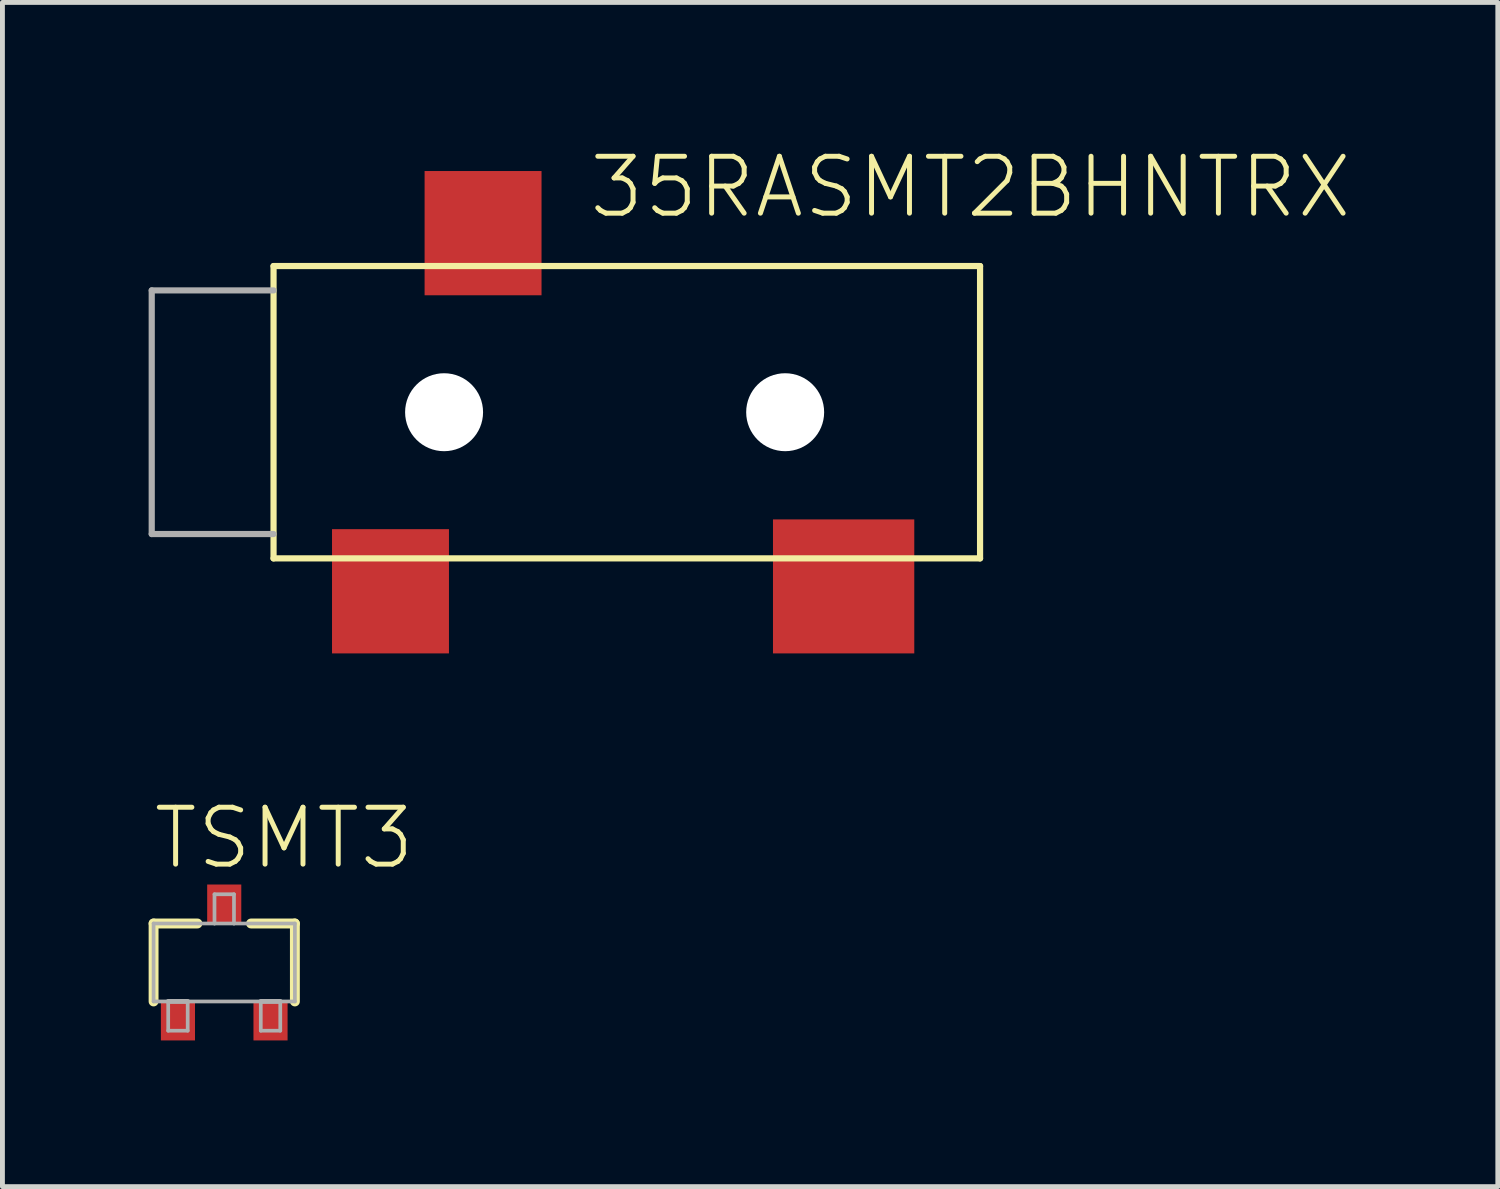
<source format=kicad_pcb>
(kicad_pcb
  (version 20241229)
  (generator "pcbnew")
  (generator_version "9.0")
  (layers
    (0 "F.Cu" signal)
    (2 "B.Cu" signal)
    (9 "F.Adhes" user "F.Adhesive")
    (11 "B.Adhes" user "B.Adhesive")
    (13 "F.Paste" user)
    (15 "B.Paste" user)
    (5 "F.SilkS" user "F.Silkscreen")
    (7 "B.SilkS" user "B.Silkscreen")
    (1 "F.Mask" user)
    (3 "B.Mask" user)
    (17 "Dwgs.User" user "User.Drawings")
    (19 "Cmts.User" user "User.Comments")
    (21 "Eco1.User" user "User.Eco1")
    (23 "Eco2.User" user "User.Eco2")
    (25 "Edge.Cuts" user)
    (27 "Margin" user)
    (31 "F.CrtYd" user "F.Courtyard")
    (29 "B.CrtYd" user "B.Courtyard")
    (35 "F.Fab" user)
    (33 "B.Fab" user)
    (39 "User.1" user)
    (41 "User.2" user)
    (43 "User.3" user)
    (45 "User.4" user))
  (footprint "TSMT3"
    (layer "F.Cu")
    (at 1.552 16.703)
    (property "Reference" "TSMT3" (at -1.51 -1.87 0) (unlocked yes) (layer "F.SilkS") (effects (font (size 1.168 1.168) (thickness 0.102)) (justify left bottom)))
    (fp_line (start -1.45 -0.8) (end -0.55 -0.8) (stroke (width 0.203) (type solid)) (layer "F.SilkS"))
    (fp_line (start -1.45 0.8) (end -1.45 -0.8) (stroke (width 0.203) (type solid)) (layer "F.SilkS"))
    (fp_line (start 1.45 -0.8) (end 0.55 -0.8) (stroke (width 0.203) (type solid)) (layer "F.SilkS"))
    (fp_line (start 1.45 0.8) (end 1.45 -0.8) (stroke (width 0.203) (type solid)) (layer "F.SilkS"))
    (fp_line (start -1.45 -0.8) (end -1.45 0.8) (stroke (width 0.076) (type solid)) (layer "F.Fab"))
    (fp_line (start -1.45 -0.8) (end -0.2 -0.8) (stroke (width 0.076) (type solid)) (layer "F.Fab"))
    (fp_line (start -1.45 0.8) (end 1.45 0.8) (stroke (width 0.076) (type solid)) (layer "F.Fab"))
    (fp_line (start -1.15 0.8) (end -1.15 1.4) (stroke (width 0.076) (type solid)) (layer "F.Fab"))
    (fp_line (start -1.15 0.8) (end -0.75 0.8) (stroke (width 0.1) (type solid)) (layer "F.Fab"))
    (fp_line (start -1.15 1.4) (end -0.75 1.4) (stroke (width 0.076) (type solid)) (layer "F.Fab"))
    (fp_line (start -0.75 0.8) (end -0.75 1.4) (stroke (width 0.076) (type solid)) (layer "F.Fab"))
    (fp_line (start -0.2 -1.4) (end -0.2 -0.8) (stroke (width 0.076) (type solid)) (layer "F.Fab"))
    (fp_line (start -0.2 -1.4) (end 0.2 -1.4) (stroke (width 0.076) (type solid)) (layer "F.Fab"))
    (fp_line (start -0.2 -0.8) (end 0.2 -0.8) (stroke (width 0.076) (type solid)) (layer "F.Fab"))
    (fp_line (start 0.2 -1.4) (end 0.2 -0.8) (stroke (width 0.076) (type solid)) (layer "F.Fab"))
    (fp_line (start 0.2 -0.8) (end 1.45 -0.8) (stroke (width 0.076) (type solid)) (layer "F.Fab"))
    (fp_line (start 0.75 0.8) (end 0.75 1.4) (stroke (width 0.076) (type solid)) (layer "F.Fab"))
    (fp_line (start 0.75 0.8) (end 1.15 0.8) (stroke (width 0.1) (type solid)) (layer "F.Fab"))
    (fp_line (start 0.75 1.4) (end 1.15 1.4) (stroke (width 0.076) (type solid)) (layer "F.Fab"))
    (fp_line (start 1.15 0.8) (end 1.15 1.4) (stroke (width 0.076) (type solid)) (layer "F.Fab"))
    (fp_line (start 1.45 -0.8) (end 1.45 0.8) (stroke (width 0.076) (type solid)) (layer "F.Fab"))
    (pad "P$1" smd rect (at -0.95 1.2) (size 0.7 0.8) (layers "F.Cu" "F.Mask" "F.Paste"))
    (pad "P$2" smd rect (at 0.95 1.2) (size 0.7 0.8) (layers "F.Cu" "F.Mask" "F.Paste"))
    (pad "P$3" smd rect (at 0 -1.2) (size 0.7 0.8) (layers "F.Cu" "F.Mask" "F.Paste")))
  (footprint "35RASMT2BHNTRX"
    (layer "F.Cu")
    (at 6.064 5.41)
    (property "Reference" "35RASMT2BHNTRX" (at 2.921 -3.937 0) (unlocked yes) (layer "F.SilkS") (effects (font (size 1.168 1.168) (thickness 0.102)) (justify left bottom)))
    (fp_line (start -3.5 -3) (end -3.5 3) (stroke (width 0.127) (type solid)) (layer "F.SilkS"))
    (fp_line (start -3.5 -3) (end 11 -3) (stroke (width 0.127) (type solid)) (layer "F.SilkS"))
    (fp_line (start 11 -3) (end 11 3) (stroke (width 0.127) (type solid)) (layer "F.SilkS"))
    (fp_line (start 11 3) (end -3.5 3) (stroke (width 0.127) (type solid)) (layer "F.SilkS"))
    (fp_line (start -6 -2.5) (end -6 2.5) (stroke (width 0.127) (type solid)) (layer "F.Fab"))
    (fp_line (start -6 2.5) (end -3.5 2.5) (stroke (width 0.127) (type solid)) (layer "F.Fab"))
    (fp_line (start -3.5 -2.5) (end -6 -2.5) (stroke (width 0.127) (type solid)) (layer "F.Fab"))
    (pad "" np_thru_hole circle (at 0 0) (size 1.6 1.6) (drill 1.6) (layers "*.Cu" "*.Mask"))
    (pad "" np_thru_hole circle (at 7 0) (size 1.6 1.6) (drill 1.6) (layers "*.Cu" "*.Mask"))
    (pad "1" smd rect (at 0.8 -3.675 90) (size 2.55 2.4) (layers "F.Cu" "F.Mask" "F.Paste"))
    (pad "4" smd rect (at 8.2 3.575 90) (size 2.75 2.9) (layers "F.Cu" "F.Mask" "F.Paste"))
    (pad "5" smd rect (at -1.1 3.675 90) (size 2.55 2.4) (layers "F.Cu" "F.Mask" "F.Paste")))
  (gr_rect
    (start -3 -3)
    (end 27.69 21.303)
    (stroke (width 0.1) (type default))
    (fill no)
    (layer "Edge.Cuts")))
</source>
